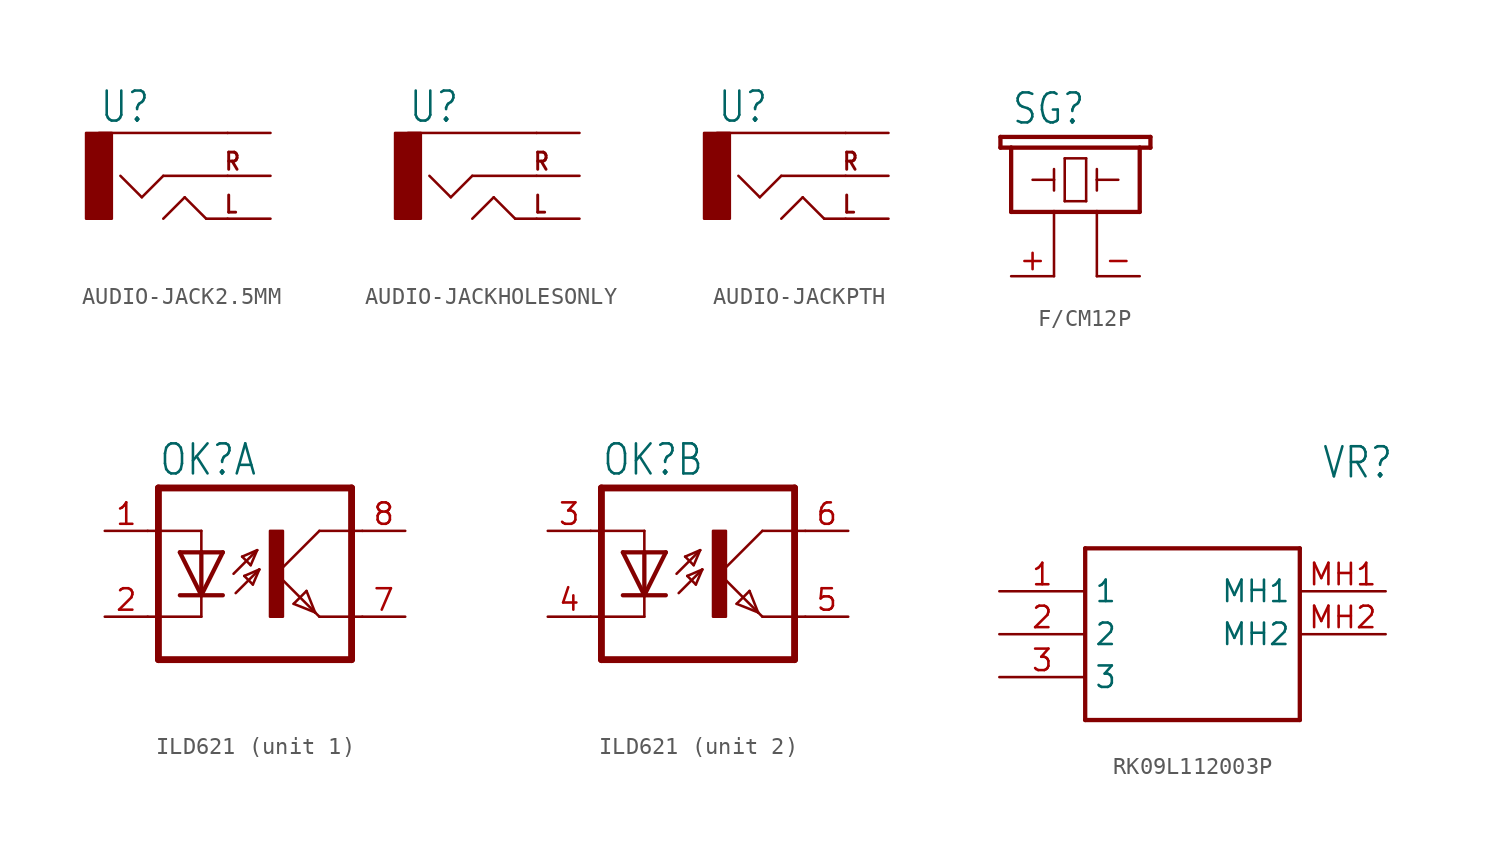
<source format=kicad_sym>
(kicad_symbol_lib
  (version 20231120)
  (generator "kicad_symbol_editor")
  (generator_version "8.0")
  (symbol "AUDIO-JACK2.5MM"
    (property "Reference" "U"
      (at -5.08 3.048 0)
      (effects (font (size 1.778 1.511)) (justify left bottom)))
    (property "Value" ""
      (at -5.08 -5.08 0)
      (effects (font (size 1.778 1.511)) (justify left bottom)))
    (property "ki_locked" ""
      (at 0 0 0)
      (effects (font (size 1.27 1.27))))
    (symbol "AUDIO-JACK2.5MM_1_0"
      (rectangle (start -5.842 2.54) (end -4.318 -2.54) (stroke (width 0) (type default)) (fill (type outline)))
      (polyline (pts (xy -2.54 -1.27) (xy -3.81 0)) (stroke (width 0.152) (type solid)) (fill (type none)))
      (polyline (pts (xy -1.27 -2.54) (xy 0 -1.27)) (stroke (width 0.152) (type solid)) (fill (type none)))
      (polyline (pts (xy -1.27 0) (xy -2.54 -1.27)) (stroke (width 0.152) (type solid)) (fill (type none)))
      (polyline (pts (xy 0 -1.27) (xy 1.27 -2.54)) (stroke (width 0.152) (type solid)) (fill (type none)))
      (polyline (pts (xy 1.27 -2.54) (xy 2.54 -2.54)) (stroke (width 0.152) (type solid)) (fill (type none)))
      (polyline (pts (xy 2.54 0) (xy -1.27 0)) (stroke (width 0.152) (type solid)) (fill (type none)))
      (polyline (pts (xy 2.54 2.54) (xy -5.08 2.54)) (stroke (width 0.152) (type solid)) (fill (type none)))
      (text "L" (at 2.286 -2.286 0) (effects (font (size 1.016 0.864) (thickness 0.173) (bold yes)) (justify left bottom)))
      (text "R" (at 2.286 0.254 0) (effects (font (size 1.016 0.864) (thickness 0.173) (bold yes)) (justify left bottom)))
      (pin bidirectional line (at 5.08 2.54 180) (length 2.54) (name "SLEEVE" (effects (font (size 0 0)))) (number "RING1" (effects (font (size 0 0)))))
      (pin bidirectional line (at 5.08 -2.54 180) (length 2.54) (name "LEFT" (effects (font (size 0 0)))) (number "SHIELD" (effects (font (size 0 0)))))
      (pin bidirectional line (at 5.08 0 180) (length 2.54) (name "RIGHT" (effects (font (size 0 0)))) (number "TIP" (effects (font (size 0 0)))))))
  (symbol "AUDIO-JACKHOLESONLY"
    (property "Reference" "U"
      (at -5.08 3.048 0)
      (effects (font (size 1.778 1.511)) (justify left bottom)))
    (property "Value" ""
      (at -5.08 -5.08 0)
      (effects (font (size 1.778 1.511)) (justify left bottom)))
    (property "ki_locked" ""
      (at 0 0 0)
      (effects (font (size 1.27 1.27))))
    (symbol "AUDIO-JACKHOLESONLY_1_0"
      (rectangle (start -5.842 2.54) (end -4.318 -2.54) (stroke (width 0) (type default)) (fill (type outline)))
      (polyline (pts (xy -2.54 -1.27) (xy -3.81 0)) (stroke (width 0.152) (type solid)) (fill (type none)))
      (polyline (pts (xy -1.27 -2.54) (xy 0 -1.27)) (stroke (width 0.152) (type solid)) (fill (type none)))
      (polyline (pts (xy -1.27 0) (xy -2.54 -1.27)) (stroke (width 0.152) (type solid)) (fill (type none)))
      (polyline (pts (xy 0 -1.27) (xy 1.27 -2.54)) (stroke (width 0.152) (type solid)) (fill (type none)))
      (polyline (pts (xy 1.27 -2.54) (xy 2.54 -2.54)) (stroke (width 0.152) (type solid)) (fill (type none)))
      (polyline (pts (xy 2.54 0) (xy -1.27 0)) (stroke (width 0.152) (type solid)) (fill (type none)))
      (polyline (pts (xy 2.54 2.54) (xy -5.08 2.54)) (stroke (width 0.152) (type solid)) (fill (type none)))
      (text "L" (at 2.286 -2.286 0) (effects (font (size 1.016 0.864) (thickness 0.173) (bold yes)) (justify left bottom)))
      (text "R" (at 2.286 0.254 0) (effects (font (size 1.016 0.864) (thickness 0.173) (bold yes)) (justify left bottom)))
      (pin bidirectional line (at 5.08 2.54 180) (length 2.54) (name "SLEEVE" (effects (font (size 0 0)))) (number "RING1" (effects (font (size 0 0)))))
      (pin bidirectional line (at 5.08 -2.54 180) (length 2.54) (name "LEFT" (effects (font (size 0 0)))) (number "SHIELD" (effects (font (size 0 0)))))
      (pin bidirectional line (at 5.08 0 180) (length 2.54) (name "RIGHT" (effects (font (size 0 0)))) (number "TIP" (effects (font (size 0 0)))))))
  (symbol "AUDIO-JACKPTH"
    (property "Reference" "U"
      (at -5.08 3.048 0)
      (effects (font (size 1.778 1.511)) (justify left bottom)))
    (property "Value" ""
      (at -5.08 -5.08 0)
      (effects (font (size 1.778 1.511)) (justify left bottom)))
    (property "ki_locked" ""
      (at 0 0 0)
      (effects (font (size 1.27 1.27))))
    (symbol "AUDIO-JACKPTH_1_0"
      (rectangle (start -5.842 2.54) (end -4.318 -2.54) (stroke (width 0) (type default)) (fill (type outline)))
      (polyline (pts (xy -2.54 -1.27) (xy -3.81 0)) (stroke (width 0.152) (type solid)) (fill (type none)))
      (polyline (pts (xy -1.27 -2.54) (xy 0 -1.27)) (stroke (width 0.152) (type solid)) (fill (type none)))
      (polyline (pts (xy -1.27 0) (xy -2.54 -1.27)) (stroke (width 0.152) (type solid)) (fill (type none)))
      (polyline (pts (xy 0 -1.27) (xy 1.27 -2.54)) (stroke (width 0.152) (type solid)) (fill (type none)))
      (polyline (pts (xy 1.27 -2.54) (xy 2.54 -2.54)) (stroke (width 0.152) (type solid)) (fill (type none)))
      (polyline (pts (xy 2.54 0) (xy -1.27 0)) (stroke (width 0.152) (type solid)) (fill (type none)))
      (polyline (pts (xy 2.54 2.54) (xy -5.08 2.54)) (stroke (width 0.152) (type solid)) (fill (type none)))
      (text "L" (at 2.286 -2.286 0) (effects (font (size 1.016 0.864) (thickness 0.173) (bold yes)) (justify left bottom)))
      (text "R" (at 2.286 0.254 0) (effects (font (size 1.016 0.864) (thickness 0.173) (bold yes)) (justify left bottom)))
      (pin bidirectional line (at 5.08 0 180) (length 2.54) (name "RIGHT" (effects (font (size 0 0)))) (number "RING" (effects (font (size 0 0)))))
      (pin bidirectional line (at 5.08 2.54 180) (length 2.54) (name "SLEEVE" (effects (font (size 0 0)))) (number "SLEEVE" (effects (font (size 0 0)))))
      (pin bidirectional line (at 5.08 -2.54 180) (length 2.54) (name "LEFT" (effects (font (size 0 0)))) (number "TIP" (effects (font (size 0 0)))))))
  (symbol "F/CM12P"
    (property "Reference" "SG"
      (at -2.54 6.35 0)
      (effects (font (size 1.778 1.511)) (justify left bottom)))
    (property "Value" ""
      (at 6.35 0 0)
      (effects (font (size 1.778 1.511)) (justify left bottom)))
    (property "ki_locked" ""
      (at 0 0 0)
      (effects (font (size 1.27 1.27))))
    (symbol "F/CM12P_1_0"
      (polyline (pts (xy -3.175 5.08) (xy -2.54 5.08)) (stroke (width 0.254) (type solid)) (fill (type none)))
      (polyline (pts (xy -3.175 5.715) (xy -3.175 5.08)) (stroke (width 0.254) (type solid)) (fill (type none)))
      (polyline (pts (xy -2.54 1.27) (xy 0 1.27)) (stroke (width 0.254) (type solid)) (fill (type none)))
      (polyline (pts (xy -2.54 5.08) (xy -2.54 1.27)) (stroke (width 0.254) (type solid)) (fill (type none)))
      (polyline (pts (xy -2.54 5.08) (xy 5.08 5.08)) (stroke (width 0.254) (type solid)) (fill (type none)))
      (polyline (pts (xy -1.27 3.175) (xy 0 3.175)) (stroke (width 0.152) (type solid)) (fill (type none)))
      (polyline (pts (xy 0 -2.54) (xy 0 1.27)) (stroke (width 0.152) (type solid)) (fill (type none)))
      (polyline (pts (xy 0 1.27) (xy 2.54 1.27)) (stroke (width 0.254) (type solid)) (fill (type none)))
      (polyline (pts (xy 0 3.175) (xy 0 2.54)) (stroke (width 0.152) (type solid)) (fill (type none)))
      (polyline (pts (xy 0 3.175) (xy 0 3.81)) (stroke (width 0.152) (type solid)) (fill (type none)))
      (polyline (pts (xy 0.635 1.905) (xy 1.905 1.905)) (stroke (width 0.152) (type solid)) (fill (type none)))
      (polyline (pts (xy 0.635 4.445) (xy 0.635 1.905)) (stroke (width 0.152) (type solid)) (fill (type none)))
      (polyline (pts (xy 1.905 1.905) (xy 1.905 4.445)) (stroke (width 0.152) (type solid)) (fill (type none)))
      (polyline (pts (xy 1.905 4.445) (xy 0.635 4.445)) (stroke (width 0.152) (type solid)) (fill (type none)))
      (polyline (pts (xy 2.54 -2.54) (xy 2.54 1.27)) (stroke (width 0.152) (type solid)) (fill (type none)))
      (polyline (pts (xy 2.54 1.27) (xy 5.08 1.27)) (stroke (width 0.254) (type solid)) (fill (type none)))
      (polyline (pts (xy 2.54 3.175) (xy 2.54 2.54)) (stroke (width 0.152) (type solid)) (fill (type none)))
      (polyline (pts (xy 2.54 3.175) (xy 3.81 3.175)) (stroke (width 0.152) (type solid)) (fill (type none)))
      (polyline (pts (xy 2.54 3.81) (xy 2.54 3.175)) (stroke (width 0.152) (type solid)) (fill (type none)))
      (polyline (pts (xy 5.08 1.27) (xy 5.08 5.08)) (stroke (width 0.254) (type solid)) (fill (type none)))
      (polyline (pts (xy 5.08 5.08) (xy 5.715 5.08)) (stroke (width 0.254) (type solid)) (fill (type none)))
      (polyline (pts (xy 5.715 5.08) (xy 5.715 5.715)) (stroke (width 0.254) (type solid)) (fill (type none)))
      (polyline (pts (xy 5.715 5.715) (xy -3.175 5.715)) (stroke (width 0.254) (type solid)) (fill (type none)))
      (pin passive line (at -2.54 -2.54 0) (length 2.54) (name "1" (effects (font (size 0 0)))) (number "+" (effects (font (size 1.27 1.27)))))
      (pin passive line (at 5.08 -2.54 180) (length 2.54) (name "2" (effects (font (size 0 0)))) (number "-" (effects (font (size 1.27 1.27)))))))
  (symbol "ILD621"
    (property "Reference" "OK"
      (at -6.985 5.715 0)
      (effects (font (size 1.778 1.511)) (justify left bottom)))
    (property "Value" ""
      (at -6.985 -7.62 0)
      (effects (font (size 1.778 1.511)) (justify left bottom)))
    (property "ki_locked" ""
      (at 0 0 0)
      (effects (font (size 1.27 1.27))))
    (symbol "ILD621_1_0"
      (rectangle (start -0.381 -2.54) (end 0.381 2.54) (stroke (width 0) (type default)) (fill (type outline)))
      (polyline (pts (xy -6.985 -5.08) (xy 4.445 -5.08)) (stroke (width 0.406) (type solid)) (fill (type none)))
      (polyline (pts (xy -6.985 5.08) (xy -6.985 -5.08)) (stroke (width 0.406) (type solid)) (fill (type none)))
      (polyline (pts (xy -6.985 5.08) (xy 4.445 5.08)) (stroke (width 0.406) (type solid)) (fill (type none)))
      (polyline (pts (xy -4.445 -2.54) (xy -7.62 -2.54)) (stroke (width 0.152) (type solid)) (fill (type none)))
      (polyline (pts (xy -4.445 -1.27) (xy -5.715 -1.27)) (stroke (width 0.254) (type solid)) (fill (type none)))
      (polyline (pts (xy -4.445 -1.27) (xy -5.715 1.27)) (stroke (width 0.254) (type solid)) (fill (type none)))
      (polyline (pts (xy -4.445 -1.27) (xy -4.445 -2.54)) (stroke (width 0.152) (type solid)) (fill (type none)))
      (polyline (pts (xy -4.445 1.27) (xy -5.715 1.27)) (stroke (width 0.254) (type solid)) (fill (type none)))
      (polyline (pts (xy -4.445 1.27) (xy -4.445 -1.27)) (stroke (width 0.254) (type solid)) (fill (type none)))
      (polyline (pts (xy -4.445 2.54) (xy -7.62 2.54)) (stroke (width 0.152) (type solid)) (fill (type none)))
      (polyline (pts (xy -4.445 2.54) (xy -4.445 1.27)) (stroke (width 0.152) (type solid)) (fill (type none)))
      (polyline (pts (xy -3.175 -1.27) (xy -4.445 -1.27)) (stroke (width 0.254) (type solid)) (fill (type none)))
      (polyline (pts (xy -3.175 1.27) (xy -4.445 -1.27)) (stroke (width 0.254) (type solid)) (fill (type none)))
      (polyline (pts (xy -3.175 1.27) (xy -4.445 1.27)) (stroke (width 0.254) (type solid)) (fill (type none)))
      (polyline (pts (xy -2.54 0) (xy -1.143 1.397)) (stroke (width 0.152) (type solid)) (fill (type none)))
      (polyline (pts (xy -2.413 -1.143) (xy -1.016 0.254)) (stroke (width 0.152) (type solid)) (fill (type none)))
      (polyline (pts (xy -2.032 1.016) (xy -1.524 0.508)) (stroke (width 0.152) (type solid)) (fill (type none)))
      (polyline (pts (xy -1.905 -0.127) (xy -1.397 -0.635)) (stroke (width 0.152) (type solid)) (fill (type none)))
      (polyline (pts (xy -1.524 0.508) (xy -1.143 1.397)) (stroke (width 0.152) (type solid)) (fill (type none)))
      (polyline (pts (xy -1.397 -0.635) (xy -1.016 0.254)) (stroke (width 0.152) (type solid)) (fill (type none)))
      (polyline (pts (xy -1.143 1.397) (xy -2.032 1.016)) (stroke (width 0.152) (type solid)) (fill (type none)))
      (polyline (pts (xy -1.016 0.254) (xy -1.905 -0.127)) (stroke (width 0.152) (type solid)) (fill (type none)))
      (polyline (pts (xy 0 0) (xy 2.286 -2.286)) (stroke (width 0.152) (type solid)) (fill (type none)))
      (polyline (pts (xy 1.016 -1.778) (xy 1.778 -1.016)) (stroke (width 0.152) (type solid)) (fill (type none)))
      (polyline (pts (xy 1.778 -1.016) (xy 2.286 -2.286)) (stroke (width 0.152) (type solid)) (fill (type none)))
      (polyline (pts (xy 2.286 -2.286) (xy 1.016 -1.778)) (stroke (width 0.152) (type solid)) (fill (type none)))
      (polyline (pts (xy 2.286 -2.286) (xy 2.54 -2.54)) (stroke (width 0.152) (type solid)) (fill (type none)))
      (polyline (pts (xy 2.54 -2.54) (xy 5.08 -2.54)) (stroke (width 0.152) (type solid)) (fill (type none)))
      (polyline (pts (xy 2.54 2.54) (xy 0 0)) (stroke (width 0.152) (type solid)) (fill (type none)))
      (polyline (pts (xy 2.54 2.54) (xy 5.08 2.54)) (stroke (width 0.152) (type solid)) (fill (type none)))
      (polyline (pts (xy 4.445 5.08) (xy 4.445 -5.08)) (stroke (width 0.406) (type solid)) (fill (type none)))
      (pin passive line (at -10.16 2.54 0) (length 2.54) (name "A" (effects (font (size 0 0)))) (number "1" (effects (font (size 1.27 1.27)))))
      (pin passive line (at -10.16 -2.54 0) (length 2.54) (name "C" (effects (font (size 0 0)))) (number "2" (effects (font (size 1.27 1.27)))))
      (pin passive line (at 7.62 -2.54 180) (length 2.54) (name "EMIT" (effects (font (size 0 0)))) (number "7" (effects (font (size 1.27 1.27)))))
      (pin passive line (at 7.62 2.54 180) (length 2.54) (name "COL" (effects (font (size 0 0)))) (number "8" (effects (font (size 1.27 1.27))))))
    (symbol "ILD621_2_0"
      (rectangle (start -0.381 -2.54) (end 0.381 2.54) (stroke (width 0) (type default)) (fill (type outline)))
      (polyline (pts (xy -6.985 -5.08) (xy 4.445 -5.08)) (stroke (width 0.406) (type solid)) (fill (type none)))
      (polyline (pts (xy -6.985 5.08) (xy -6.985 -5.08)) (stroke (width 0.406) (type solid)) (fill (type none)))
      (polyline (pts (xy -6.985 5.08) (xy 4.445 5.08)) (stroke (width 0.406) (type solid)) (fill (type none)))
      (polyline (pts (xy -4.445 -2.54) (xy -7.62 -2.54)) (stroke (width 0.152) (type solid)) (fill (type none)))
      (polyline (pts (xy -4.445 -1.27) (xy -5.715 -1.27)) (stroke (width 0.254) (type solid)) (fill (type none)))
      (polyline (pts (xy -4.445 -1.27) (xy -5.715 1.27)) (stroke (width 0.254) (type solid)) (fill (type none)))
      (polyline (pts (xy -4.445 -1.27) (xy -4.445 -2.54)) (stroke (width 0.152) (type solid)) (fill (type none)))
      (polyline (pts (xy -4.445 1.27) (xy -5.715 1.27)) (stroke (width 0.254) (type solid)) (fill (type none)))
      (polyline (pts (xy -4.445 1.27) (xy -4.445 -1.27)) (stroke (width 0.254) (type solid)) (fill (type none)))
      (polyline (pts (xy -4.445 2.54) (xy -7.62 2.54)) (stroke (width 0.152) (type solid)) (fill (type none)))
      (polyline (pts (xy -4.445 2.54) (xy -4.445 1.27)) (stroke (width 0.152) (type solid)) (fill (type none)))
      (polyline (pts (xy -3.175 -1.27) (xy -4.445 -1.27)) (stroke (width 0.254) (type solid)) (fill (type none)))
      (polyline (pts (xy -3.175 1.27) (xy -4.445 -1.27)) (stroke (width 0.254) (type solid)) (fill (type none)))
      (polyline (pts (xy -3.175 1.27) (xy -4.445 1.27)) (stroke (width 0.254) (type solid)) (fill (type none)))
      (polyline (pts (xy -2.54 0) (xy -1.143 1.397)) (stroke (width 0.152) (type solid)) (fill (type none)))
      (polyline (pts (xy -2.413 -1.143) (xy -1.016 0.254)) (stroke (width 0.152) (type solid)) (fill (type none)))
      (polyline (pts (xy -2.032 1.016) (xy -1.524 0.508)) (stroke (width 0.152) (type solid)) (fill (type none)))
      (polyline (pts (xy -1.905 -0.127) (xy -1.397 -0.635)) (stroke (width 0.152) (type solid)) (fill (type none)))
      (polyline (pts (xy -1.524 0.508) (xy -1.143 1.397)) (stroke (width 0.152) (type solid)) (fill (type none)))
      (polyline (pts (xy -1.397 -0.635) (xy -1.016 0.254)) (stroke (width 0.152) (type solid)) (fill (type none)))
      (polyline (pts (xy -1.143 1.397) (xy -2.032 1.016)) (stroke (width 0.152) (type solid)) (fill (type none)))
      (polyline (pts (xy -1.016 0.254) (xy -1.905 -0.127)) (stroke (width 0.152) (type solid)) (fill (type none)))
      (polyline (pts (xy 0 0) (xy 2.286 -2.286)) (stroke (width 0.152) (type solid)) (fill (type none)))
      (polyline (pts (xy 1.016 -1.778) (xy 1.778 -1.016)) (stroke (width 0.152) (type solid)) (fill (type none)))
      (polyline (pts (xy 1.778 -1.016) (xy 2.286 -2.286)) (stroke (width 0.152) (type solid)) (fill (type none)))
      (polyline (pts (xy 2.286 -2.286) (xy 1.016 -1.778)) (stroke (width 0.152) (type solid)) (fill (type none)))
      (polyline (pts (xy 2.286 -2.286) (xy 2.54 -2.54)) (stroke (width 0.152) (type solid)) (fill (type none)))
      (polyline (pts (xy 2.54 -2.54) (xy 5.08 -2.54)) (stroke (width 0.152) (type solid)) (fill (type none)))
      (polyline (pts (xy 2.54 2.54) (xy 0 0)) (stroke (width 0.152) (type solid)) (fill (type none)))
      (polyline (pts (xy 2.54 2.54) (xy 5.08 2.54)) (stroke (width 0.152) (type solid)) (fill (type none)))
      (polyline (pts (xy 4.445 5.08) (xy 4.445 -5.08)) (stroke (width 0.406) (type solid)) (fill (type none)))
      (pin passive line (at -10.16 2.54 0) (length 2.54) (name "A" (effects (font (size 0 0)))) (number "3" (effects (font (size 1.27 1.27)))))
      (pin passive line (at -10.16 -2.54 0) (length 2.54) (name "C" (effects (font (size 0 0)))) (number "4" (effects (font (size 1.27 1.27)))))
      (pin passive line (at 7.62 -2.54 180) (length 2.54) (name "EMIT" (effects (font (size 0 0)))) (number "5" (effects (font (size 1.27 1.27)))))
      (pin passive line (at 7.62 2.54 180) (length 2.54) (name "COL" (effects (font (size 0 0)))) (number "6" (effects (font (size 1.27 1.27)))))))
  (symbol "RK09L112003P"
    (property "Reference" "VR"
      (at 19.05 7.62 0)
      (effects (font (size 1.778 1.511)) (justify left)))
    (property "Value" ""
      (at 19.05 5.08 0)
      (effects (font (size 1.778 1.511)) (justify left)))
    (property "ki_locked" ""
      (at 0 0 0)
      (effects (font (size 1.27 1.27))))
    (symbol "RK09L112003P_1_0"
      (polyline (pts (xy 5.08 2.54) (xy 5.08 -7.62)) (stroke (width 0.254) (type solid)) (fill (type none)))
      (polyline (pts (xy 5.08 2.54) (xy 17.78 2.54)) (stroke (width 0.254) (type solid)) (fill (type none)))
      (polyline (pts (xy 17.78 -7.62) (xy 5.08 -7.62)) (stroke (width 0.254) (type solid)) (fill (type none)))
      (polyline (pts (xy 17.78 -7.62) (xy 17.78 2.54)) (stroke (width 0.254) (type solid)) (fill (type none)))
      (pin bidirectional line (at 0 0 0) (length 5.08) (name "1" (effects (font (size 1.27 1.27)))) (number "1" (effects (font (size 1.27 1.27)))))
      (pin bidirectional line (at 0 -2.54 0) (length 5.08) (name "2" (effects (font (size 1.27 1.27)))) (number "2" (effects (font (size 1.27 1.27)))))
      (pin bidirectional line (at 0 -5.08 0) (length 5.08) (name "3" (effects (font (size 1.27 1.27)))) (number "3" (effects (font (size 1.27 1.27)))))
      (pin bidirectional line (at 22.86 0 180) (length 5.08) (name "MH1" (effects (font (size 1.27 1.27)))) (number "MH1" (effects (font (size 1.27 1.27)))))
      (pin bidirectional line (at 22.86 -2.54 180) (length 5.08) (name "MH2" (effects (font (size 1.27 1.27)))) (number "MH2" (effects (font (size 1.27 1.27))))))))
</source>
